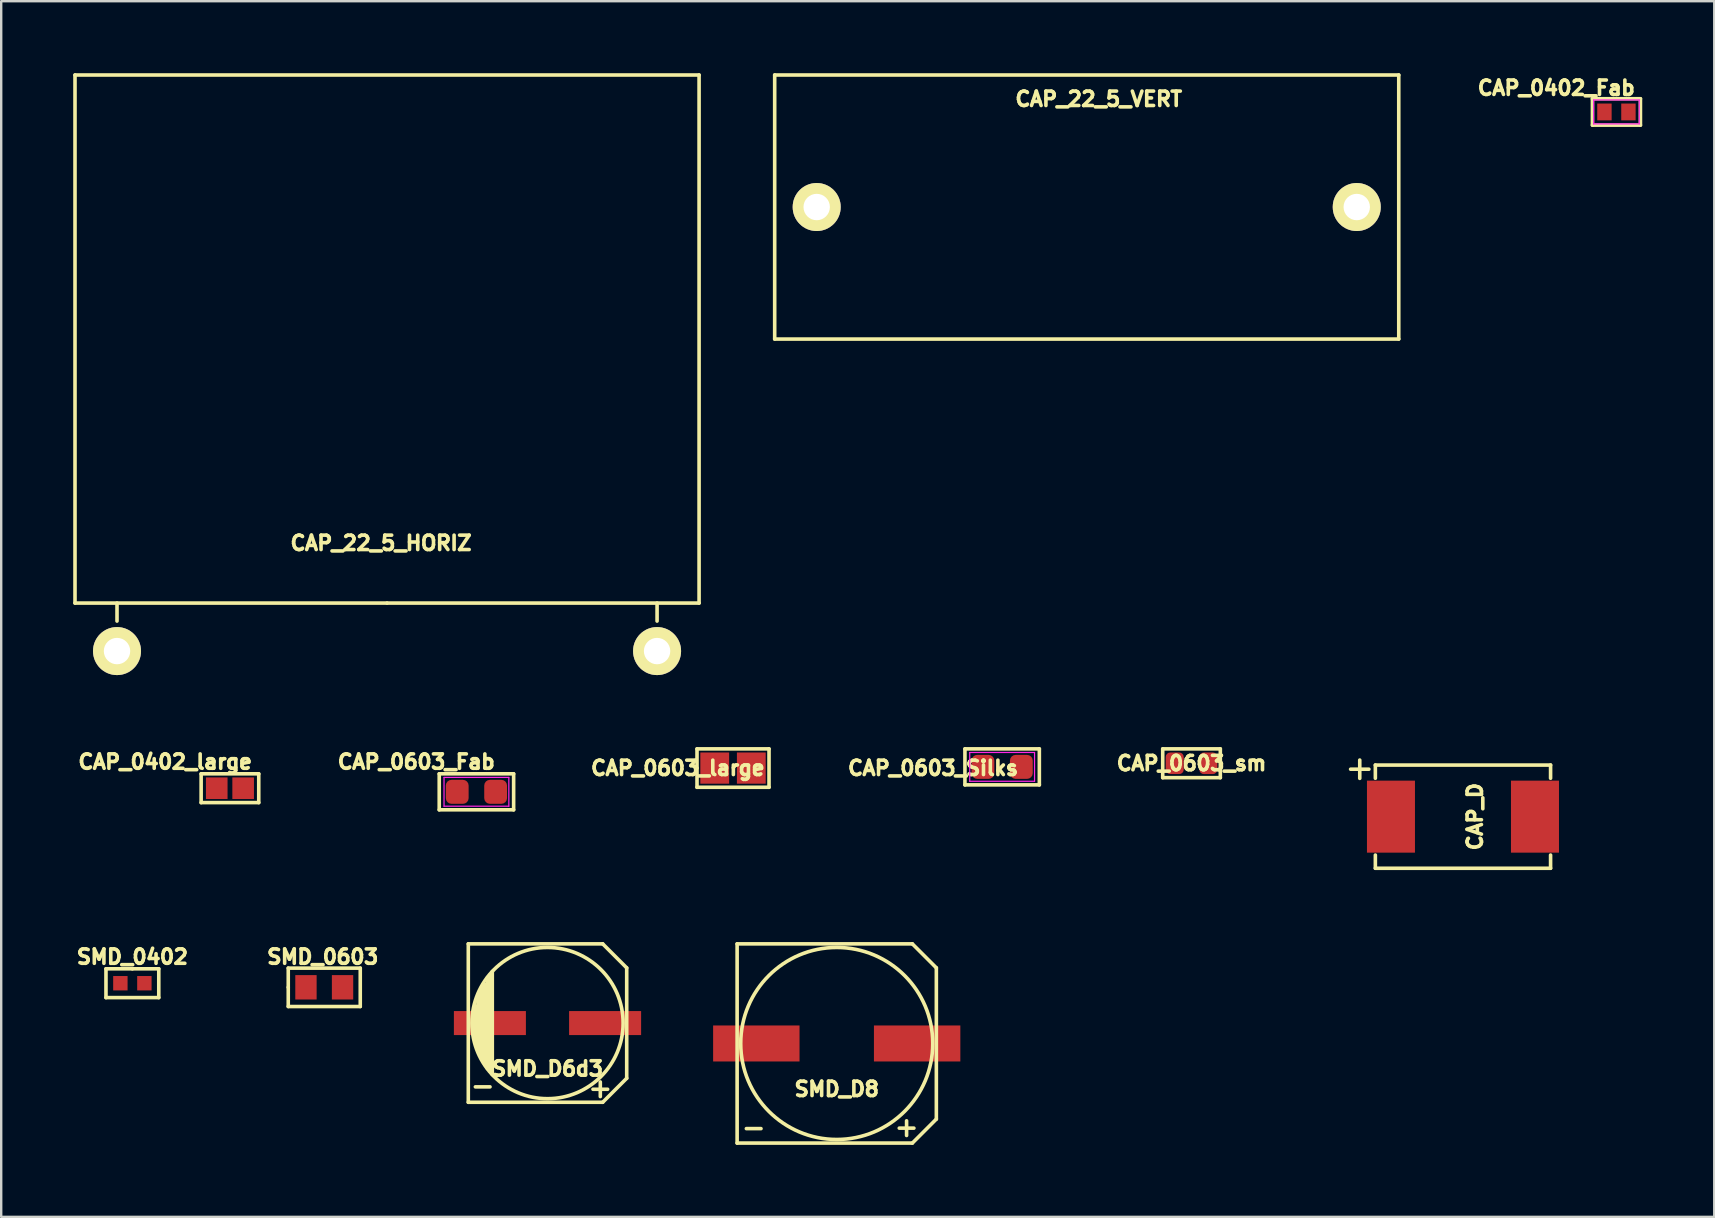
<source format=kicad_pcb>
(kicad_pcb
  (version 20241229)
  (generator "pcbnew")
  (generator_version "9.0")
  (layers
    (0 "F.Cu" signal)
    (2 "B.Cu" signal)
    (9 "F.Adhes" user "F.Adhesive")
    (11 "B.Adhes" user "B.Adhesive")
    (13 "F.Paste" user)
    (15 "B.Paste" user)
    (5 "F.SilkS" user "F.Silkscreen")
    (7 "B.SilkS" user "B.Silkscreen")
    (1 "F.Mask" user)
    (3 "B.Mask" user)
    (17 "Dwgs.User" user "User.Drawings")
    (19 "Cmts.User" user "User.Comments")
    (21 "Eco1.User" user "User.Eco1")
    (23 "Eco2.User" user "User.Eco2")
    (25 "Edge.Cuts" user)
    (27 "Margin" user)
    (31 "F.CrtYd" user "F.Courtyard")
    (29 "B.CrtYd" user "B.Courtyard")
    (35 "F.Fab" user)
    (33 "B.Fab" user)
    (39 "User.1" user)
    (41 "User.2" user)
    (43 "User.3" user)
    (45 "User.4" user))
  (footprint "CAP_0603_Silks"
    (layer "F.Cu")
    (at 38.701 28.9)
    (property "Reference" "CAP_0603_Silks" (at 0.75 0.05 0) (layer "F.SilkS") (effects (font (size 0.6 0.6) (thickness 0.15)) (justify right)))
    (attr smd)
    (fp_line (start -1.55 -0.75) (end 1.55 -0.75) (stroke (width 0.15) (type solid)) (layer "F.SilkS"))
    (fp_line (start -1.55 0.75) (end -1.55 -0.75) (stroke (width 0.15) (type solid)) (layer "F.SilkS"))
    (fp_line (start 1.55 -0.75) (end 1.55 0.75) (stroke (width 0.15) (type solid)) (layer "F.SilkS"))
    (fp_line (start 1.55 0.75) (end -1.55 0.75) (stroke (width 0.15) (type solid)) (layer "F.SilkS"))
    (fp_line (start -1.35 -0.6) (end 1.35 -0.6) (stroke (width 0.05) (type default)) (layer "F.CrtYd"))
    (fp_line (start -1.35 0.6) (end -1.35 -0.6) (stroke (width 0.05) (type default)) (layer "F.CrtYd"))
    (fp_line (start 1.35 -0.6) (end 1.35 0.6) (stroke (width 0.05) (type default)) (layer "F.CrtYd"))
    (fp_line (start 1.35 0.6) (end -1.35 0.6) (stroke (width 0.05) (type default)) (layer "F.CrtYd"))
    (pad "1" smd roundrect (at -0.8 0) (size 0.95 1) (layers "F.Cu" "F.Mask" "F.Paste") (roundrect_rratio 0.25))
    (pad "2" smd roundrect (at 0.8 0) (size 0.95 1) (layers "F.Cu" "F.Mask" "F.Paste") (roundrect_rratio 0.25)))
  (footprint "SMD_0402"
    (layer "F.Cu")
    (at 2.465 37.913)
    (property "Reference" "SMD_0402" (at 0 -1.1 0) (layer "F.SilkS") (effects (font (size 0.6 0.6) (thickness 0.15))))
    (attr smd)
    (fp_line (start -1.1 -0.6) (end 0 -0.6) (stroke (width 0.15) (type solid)) (layer "F.SilkS"))
    (fp_line (start -1.1 0.6) (end -1.1 -0.6) (stroke (width 0.15) (type solid)) (layer "F.SilkS"))
    (fp_line (start 0 -0.6) (end 1.1 -0.6) (stroke (width 0.15) (type solid)) (layer "F.SilkS"))
    (fp_line (start 1.1 -0.6) (end 1.1 0.6) (stroke (width 0.15) (type solid)) (layer "F.SilkS"))
    (fp_line (start 1.1 0.6) (end -1.1 0.6) (stroke (width 0.15) (type solid)) (layer "F.SilkS"))
    (pad "1" smd rect (at -0.5 0) (size 0.6 0.6) (layers "F.Cu" "F.Mask" "F.Paste"))
    (pad "2" smd rect (at 0.5 0) (size 0.6 0.6) (layers "F.Cu" "F.Mask" "F.Paste")))
  (footprint "CAP_22_5_HORIZ"
    (layer "F.Cu")
    (at 13.075 24.075)
    (property "Reference" "CAP_22_5_HORIZ" (at -0.25 -4.5 0) (layer "F.SilkS") (effects (font (size 0.6 0.6) (thickness 0.15))))
    (attr through_hole)
    (fp_line (start -13 -24) (end -13 -2) (stroke (width 0.15) (type solid)) (layer "F.SilkS"))
    (fp_line (start -13 -2) (end 0 -2) (stroke (width 0.15) (type solid)) (layer "F.SilkS"))
    (fp_line (start -11.25 -1.25) (end -11.25 -2) (stroke (width 0.15) (type solid)) (layer "F.SilkS"))
    (fp_line (start 0 -2) (end 13 -2) (stroke (width 0.15) (type solid)) (layer "F.SilkS"))
    (fp_line (start 11.25 -1.25) (end 11.25 -2) (stroke (width 0.15) (type solid)) (layer "F.SilkS"))
    (fp_line (start 13 -24) (end -13 -24) (stroke (width 0.15) (type solid)) (layer "F.SilkS"))
    (fp_line (start 13 -2) (end 13 -24) (stroke (width 0.15) (type solid)) (layer "F.SilkS"))
    (pad "1" thru_hole circle (at -11.25 0 180) (size 2 2) (drill 1.1) (layers "*.Cu" "*.Mask" "F.SilkS"))
    (pad "2" thru_hole circle (at 11.25 0 180) (size 2 2) (drill 1.1) (layers "*.Cu" "*.Mask" "F.SilkS")))
  (footprint "CAP_22_5_VERT"
    (layer "F.Cu")
    (at 42.225 5.575)
    (property "Reference" "CAP_22_5_VERT" (at 0.5 -4.5 0) (layer "F.SilkS") (effects (font (size 0.6 0.6) (thickness 0.15))))
    (attr through_hole)
    (fp_line (start -13 -5.5) (end 13 -5.5) (stroke (width 0.15) (type solid)) (layer "F.SilkS"))
    (fp_line (start -13 5.5) (end -13 -5.5) (stroke (width 0.15) (type solid)) (layer "F.SilkS"))
    (fp_line (start 13 -5.5) (end 13 5.5) (stroke (width 0.15) (type solid)) (layer "F.SilkS"))
    (fp_line (start 13 5.5) (end -13 5.5) (stroke (width 0.15) (type solid)) (layer "F.SilkS"))
    (pad "1" thru_hole circle (at -11.25 0 180) (size 2 2) (drill 1.1) (layers "*.Cu" "*.Mask" "F.SilkS"))
    (pad "2" thru_hole circle (at 11.25 0 180) (size 2 2) (drill 1.1) (layers "*.Cu" "*.Mask" "F.SilkS")))
  (footprint "SMD_D6d3"
    (layer "F.Cu")
    (at 19.76 39.573)
    (property "Reference" "SMD_D6d3" (at 0 1.9 0) (layer "F.SilkS") (effects (font (size 0.6 0.6) (thickness 0.15))))
    (attr through_hole)
    (fp_line (start -3.3 -3.3) (end 2.3 -3.3) (stroke (width 0.15) (type solid)) (layer "F.SilkS"))
    (fp_line (start -3.3 3.3) (end -3.3 -3.3) (stroke (width 0.15) (type solid)) (layer "F.SilkS"))
    (fp_line (start -3.1 -0.3) (end -3.1 0.3) (stroke (width 0.15) (type solid)) (layer "F.SilkS"))
    (fp_line (start -3 -0.7) (end -3.1 -0.3) (stroke (width 0.15) (type solid)) (layer "F.SilkS"))
    (fp_line (start -3 0.6) (end -3 -0.7) (stroke (width 0.15) (type solid)) (layer "F.SilkS"))
    (fp_line (start -2.9 -0.9) (end -2.9 1.1) (stroke (width 0.15) (type solid)) (layer "F.SilkS"))
    (fp_line (start -2.9 1.1) (end -3 0.6) (stroke (width 0.15) (type solid)) (layer "F.SilkS"))
    (fp_line (start -2.8 -1.3) (end -2.9 -0.9) (stroke (width 0.15) (type solid)) (layer "F.SilkS"))
    (fp_line (start -2.8 1.2) (end -2.8 -1.3) (stroke (width 0.15) (type solid)) (layer "F.SilkS"))
    (fp_line (start -2.7 -1.4) (end -2.7 1.5) (stroke (width 0.15) (type solid)) (layer "F.SilkS"))
    (fp_line (start -2.7 1.5) (end -2.8 1.2) (stroke (width 0.15) (type solid)) (layer "F.SilkS"))
    (fp_line (start -2.6 -1.6) (end -2.7 -1.4) (stroke (width 0.15) (type solid)) (layer "F.SilkS"))
    (fp_line (start -2.6 1.7) (end -2.6 -1.6) (stroke (width 0.15) (type solid)) (layer "F.SilkS"))
    (fp_line (start -2.5 1.9) (end -2.5 -1.9) (stroke (width 0.15) (type solid)) (layer "F.SilkS"))
    (fp_line (start -2.4 2) (end -2.4 -2) (stroke (width 0.15) (type solid)) (layer "F.SilkS"))
    (fp_line (start -2.3 -2.15) (end -2.3 2.15) (stroke (width 0.15) (type solid)) (layer "F.SilkS"))
    (fp_line (start 2.3 -3.3) (end 3.3 -2.3) (stroke (width 0.15) (type solid)) (layer "F.SilkS"))
    (fp_line (start 2.3 3.3) (end -3.3 3.3) (stroke (width 0.15) (type solid)) (layer "F.SilkS"))
    (fp_line (start 3.3 -2.3) (end 3.3 2.3) (stroke (width 0.15) (type solid)) (layer "F.SilkS"))
    (fp_line (start 3.3 2.3) (end 2.3 3.3) (stroke (width 0.15) (type solid)) (layer "F.SilkS"))
    (fp_circle (center 0 0) (end 3.15 0) (stroke (width 0.15) (type solid)) (fill no) (layer "F.SilkS"))
    (fp_text user "+" (at 2.2 2.7 0) (layer "F.SilkS") (effects (font (size 0.8 0.8) (thickness 0.15))))
    (fp_text user "-" (at -2.7 2.6 0) (layer "F.SilkS") (effects (font (size 0.8 0.8) (thickness 0.15))))
    (pad "1" smd rect (at 2.4 0) (size 3 1) (layers "F.Cu" "F.Mask" "F.Paste"))
    (pad "2" smd rect (at -2.4 0) (size 3 1) (layers "F.Cu" "F.Mask" "F.Paste")))
  (footprint "CAP_0402_large"
    (layer "F.Cu")
    (at 6.53 29.789)
    (property "Reference" "CAP_0402_large" (at 1 -1.1 0) (layer "F.SilkS") (effects (font (size 0.6 0.6) (thickness 0.15)) (justify right)))
    (attr smd)
    (fp_line (start -1.2 -0.6) (end 1.2 -0.6) (stroke (width 0.15) (type solid)) (layer "F.SilkS"))
    (fp_line (start -1.2 0.6) (end -1.2 -0.6) (stroke (width 0.15) (type solid)) (layer "F.SilkS"))
    (fp_line (start 1.2 -0.6) (end 1.2 0.6) (stroke (width 0.15) (type solid)) (layer "F.SilkS"))
    (fp_line (start 1.2 0.6) (end -1.2 0.6) (stroke (width 0.15) (type solid)) (layer "F.SilkS"))
    (pad "1" smd rect (at -0.55 0) (size 0.9 0.9) (layers "F.Cu" "F.Mask" "F.Paste"))
    (pad "2" smd rect (at 0.55 0) (size 0.9 0.9) (layers "F.Cu" "F.Mask" "F.Paste")))
  (footprint "CAP_0402_Fab"
    (layer "F.Cu")
    (at 64.294 1.614)
    (property "Reference" "CAP_0402_Fab" (at 0.85 -1 0) (layer "F.SilkS") (effects (font (size 0.6 0.6) (thickness 0.15)) (justify right)))
    (attr smd)
    (fp_line (start -1 -0.55) (end 1 -0.55) (stroke (width 0.15) (type solid)) (layer "F.SilkS"))
    (fp_line (start -1 0.55) (end -1 -0.55) (stroke (width 0.15) (type solid)) (layer "F.SilkS"))
    (fp_line (start 1 -0.55) (end 1 0.55) (stroke (width 0.15) (type solid)) (layer "F.SilkS"))
    (fp_line (start 1 0.55) (end -1 0.55) (stroke (width 0.15) (type solid)) (layer "F.SilkS"))
    (fp_line (start -0.95 -0.5) (end 0.95 -0.5) (stroke (width 0.05) (type default)) (layer "F.CrtYd"))
    (fp_line (start -0.95 0.5) (end -0.95 -0.5) (stroke (width 0.05) (type default)) (layer "F.CrtYd"))
    (fp_line (start 0.95 -0.5) (end 0.95 0.5) (stroke (width 0.05) (type default)) (layer "F.CrtYd"))
    (fp_line (start 0.95 0.5) (end -0.95 0.5) (stroke (width 0.05) (type default)) (layer "F.CrtYd"))
    (pad "1" smd rect (at -0.5 0) (size 0.6 0.7) (layers "F.Cu" "F.Mask" "F.Paste"))
    (pad "2" smd rect (at 0.5 0) (size 0.6 0.7) (layers "F.Cu" "F.Mask" "F.Paste")))
  (footprint "SMD_0603"
    (layer "F.Cu")
    (at 10.459 38.083)
    (property "Reference" "SMD_0603" (at -0.064 -1.27 0) (layer "F.SilkS") (effects (font (size 0.6 0.6) (thickness 0.15))))
    (attr smd)
    (fp_line (start -1.5 -0.8) (end 1.5 -0.8) (stroke (width 0.15) (type solid)) (layer "F.SilkS"))
    (fp_line (start -1.5 0) (end -1.5 -0.8) (stroke (width 0.15) (type solid)) (layer "F.SilkS"))
    (fp_line (start -1.5 0.8) (end -1.5 0) (stroke (width 0.15) (type solid)) (layer "F.SilkS"))
    (fp_line (start 1.5 -0.8) (end 1.5 0.8) (stroke (width 0.15) (type solid)) (layer "F.SilkS"))
    (fp_line (start 1.5 0.8) (end -1.5 0.8) (stroke (width 0.15) (type solid)) (layer "F.SilkS"))
    (pad "1" smd rect (at -0.762 0) (size 0.889 1.016) (layers "F.Cu" "F.Mask" "F.Paste"))
    (pad "2" smd rect (at 0.762 0) (size 0.889 1.016) (layers "F.Cu" "F.Mask" "F.Paste")))
  (footprint "SMD_D8"
    (layer "F.Cu")
    (at 31.81 40.423)
    (property "Reference" "SMD_D8" (at 0 1.9 0) (layer "F.SilkS") (effects (font (size 0.6 0.6) (thickness 0.15))))
    (attr smd)
    (fp_line (start -4.15 -4.15) (end 3.15 -4.15) (stroke (width 0.15) (type solid)) (layer "F.SilkS"))
    (fp_line (start -4.15 4.15) (end -4.15 -4.15) (stroke (width 0.15) (type solid)) (layer "F.SilkS"))
    (fp_line (start 3.15 -4.15) (end 4.15 -3.15) (stroke (width 0.15) (type solid)) (layer "F.SilkS"))
    (fp_line (start 3.15 4.15) (end -4.15 4.15) (stroke (width 0.15) (type solid)) (layer "F.SilkS"))
    (fp_line (start 4.15 -3.15) (end 4.15 3.15) (stroke (width 0.15) (type solid)) (layer "F.SilkS"))
    (fp_line (start 4.15 3.15) (end 3.15 4.15) (stroke (width 0.15) (type solid)) (layer "F.SilkS"))
    (fp_circle (center 0 0) (end 4 0) (stroke (width 0.15) (type solid)) (fill no) (layer "F.SilkS"))
    (fp_text user "+" (at 2.91 3.47 0) (layer "F.SilkS") (effects (font (size 0.8 0.8) (thickness 0.15))))
    (fp_text user "-" (at -3.46 3.49 0) (layer "F.SilkS") (effects (font (size 0.8 0.8) (thickness 0.15))))
    (pad "1" smd rect (at 3.35 0) (size 3.6 1.5) (layers "F.Cu" "F.Mask" "F.Paste"))
    (pad "2" smd rect (at -3.35 0) (size 3.6 1.5) (layers "F.Cu" "F.Mask" "F.Paste")))
  (footprint "CAP_0603_Fab"
    (layer "F.Cu")
    (at 16.799 29.939)
    (property "Reference" "CAP_0603_Fab" (at 0.85 -1.25 0) (layer "F.SilkS") (effects (font (size 0.6 0.6) (thickness 0.15)) (justify right)))
    (attr smd)
    (fp_line (start -1.55 -0.75) (end 1.55 -0.75) (stroke (width 0.15) (type solid)) (layer "F.SilkS"))
    (fp_line (start -1.55 0.75) (end -1.55 -0.75) (stroke (width 0.15) (type solid)) (layer "F.SilkS"))
    (fp_line (start 1.55 -0.75) (end 1.55 0.75) (stroke (width 0.15) (type solid)) (layer "F.SilkS"))
    (fp_line (start 1.55 0.75) (end -1.55 0.75) (stroke (width 0.15) (type solid)) (layer "F.SilkS"))
    (fp_line (start -1.35 -0.6) (end 1.35 -0.6) (stroke (width 0.05) (type default)) (layer "F.CrtYd"))
    (fp_line (start -1.35 0.6) (end -1.35 -0.6) (stroke (width 0.05) (type default)) (layer "F.CrtYd"))
    (fp_line (start 1.35 -0.6) (end 1.35 0.6) (stroke (width 0.05) (type default)) (layer "F.CrtYd"))
    (fp_line (start 1.35 0.6) (end -1.35 0.6) (stroke (width 0.05) (type default)) (layer "F.CrtYd"))
    (pad "1" smd roundrect (at -0.8 0) (size 0.95 1) (layers "F.Cu" "F.Mask" "F.Paste") (roundrect_rratio 0.25))
    (pad "2" smd roundrect (at 0.8 0) (size 0.95 1) (layers "F.Cu" "F.Mask" "F.Paste") (roundrect_rratio 0.25)))
  (footprint "CAP_0603_large"
    (layer "F.Cu")
    (at 27.489 28.95)
    (property "Reference" "CAP_0603_large" (at -2.3 0 0) (layer "F.SilkS") (effects (font (size 0.6 0.6) (thickness 0.15))))
    (attr smd)
    (fp_line (start -1.5 -0.8) (end 1.5 -0.8) (stroke (width 0.15) (type solid)) (layer "F.SilkS"))
    (fp_line (start -1.5 0) (end -1.5 -0.8) (stroke (width 0.15) (type solid)) (layer "F.SilkS"))
    (fp_line (start -1.5 0.8) (end -1.5 0) (stroke (width 0.15) (type solid)) (layer "F.SilkS"))
    (fp_line (start 1.5 -0.8) (end 1.5 0.8) (stroke (width 0.15) (type solid)) (layer "F.SilkS"))
    (fp_line (start 1.5 0.8) (end -1.5 0.8) (stroke (width 0.15) (type solid)) (layer "F.SilkS"))
    (pad "1" smd rect (at -0.762 0) (size 1.2 1.3) (layers "F.Cu" "F.Mask" "F.Paste"))
    (pad "2" smd rect (at 0.762 0) (size 1.2 1.3) (layers "F.Cu" "F.Mask" "F.Paste")))
  (footprint "CAP_D"
    (layer "F.Cu")
    (at 57.9 30.973)
    (property "Reference" "CAP_D" (at 0.5 0 90) (layer "F.SilkS") (effects (font (size 0.6 0.6) (thickness 0.15))))
    (attr through_hole)
    (fp_line (start -3.65 -2.15) (end -3.65 -1.6) (stroke (width 0.15) (type solid)) (layer "F.SilkS"))
    (fp_line (start -3.65 -2.15) (end 3.65 -2.15) (stroke (width 0.15) (type solid)) (layer "F.SilkS"))
    (fp_line (start -3.65 2.15) (end -3.65 1.6) (stroke (width 0.15) (type solid)) (layer "F.SilkS"))
    (fp_line (start 3.65 -2.15) (end 3.65 -1.6) (stroke (width 0.15) (type solid)) (layer "F.SilkS"))
    (fp_line (start 3.65 2.15) (end -3.65 2.15) (stroke (width 0.15) (type solid)) (layer "F.SilkS"))
    (fp_line (start 3.65 2.15) (end 3.65 1.6) (stroke (width 0.15) (type solid)) (layer "F.SilkS"))
    (fp_text user "+" (at -4.3 -2.05 0) (layer "F.SilkS") (effects (font (size 1 1) (thickness 0.15))))
    (pad "1" smd rect (at -3 0) (size 2 3) (layers "F.Cu" "F.Mask" "F.Paste"))
    (pad "2" smd rect (at 3 0) (size 2 3) (layers "F.Cu" "F.Mask" "F.Paste")))
  (footprint "CAP_0603_sm"
    (layer "F.Cu")
    (at 46.591 28.75)
    (property "Reference" "CAP_0603_sm" (at 0 0 0) (layer "F.SilkS") (effects (font (size 0.6 0.6) (thickness 0.15))))
    (attr smd)
    (fp_line (start -1.2 -0.6) (end 1.2 -0.6) (stroke (width 0.15) (type solid)) (layer "F.SilkS"))
    (fp_line (start -1.2 0.6) (end -1.2 -0.6) (stroke (width 0.15) (type solid)) (layer "F.SilkS"))
    (fp_line (start 1.2 -0.6) (end 1.2 0.6) (stroke (width 0.15) (type solid)) (layer "F.SilkS"))
    (fp_line (start 1.2 0.6) (end -1.2 0.6) (stroke (width 0.15) (type solid)) (layer "F.SilkS"))
    (pad "1" smd roundrect (at -0.7 0) (size 0.75 0.9) (layers "F.Cu" "F.Mask" "F.Paste") (roundrect_rratio 0.25))
    (pad "2" smd roundrect (at 0.7 0) (size 0.75 0.9) (layers "F.Cu" "F.Mask" "F.Paste") (roundrect_rratio 0.25)))
  (gr_rect
    (start -3 -3)
    (end 68.369 47.648)
    (stroke (width 0.1) (type default))
    (fill no)
    (layer "Edge.Cuts")))
</source>
